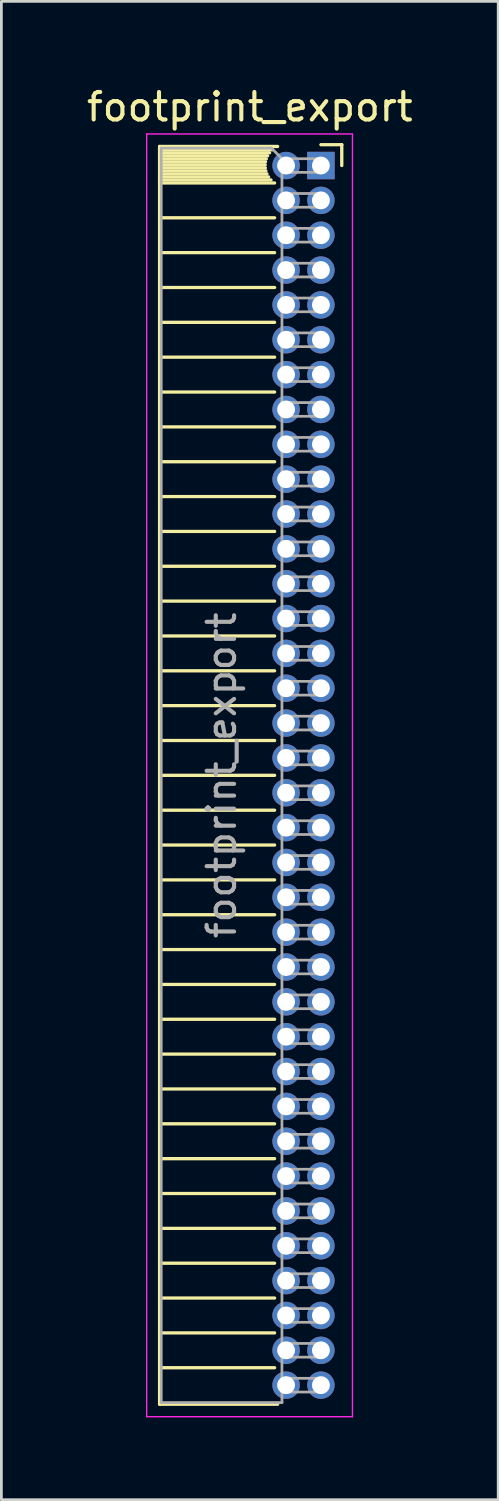
<source format=kicad_pcb>
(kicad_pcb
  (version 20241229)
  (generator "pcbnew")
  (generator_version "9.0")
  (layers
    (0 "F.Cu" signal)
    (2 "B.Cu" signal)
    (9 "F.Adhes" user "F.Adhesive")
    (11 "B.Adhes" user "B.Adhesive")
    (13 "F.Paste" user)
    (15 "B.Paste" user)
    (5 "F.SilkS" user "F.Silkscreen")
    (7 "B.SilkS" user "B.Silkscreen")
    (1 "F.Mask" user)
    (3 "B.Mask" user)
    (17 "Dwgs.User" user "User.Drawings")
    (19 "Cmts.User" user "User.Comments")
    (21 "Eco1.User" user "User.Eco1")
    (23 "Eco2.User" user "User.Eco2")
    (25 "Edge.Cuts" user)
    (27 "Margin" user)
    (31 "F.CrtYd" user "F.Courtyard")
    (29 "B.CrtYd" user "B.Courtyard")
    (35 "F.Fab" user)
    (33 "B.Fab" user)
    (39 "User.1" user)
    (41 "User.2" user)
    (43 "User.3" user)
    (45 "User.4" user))
  (footprint "footprint_export"
    (layer "F.Cu")
    (at 8.646 2.983)
    (property "Reference" "footprint_export" (at -2.592 -2.135 0) (layer "F.SilkS") (effects (font (size 1 1) (thickness 0.15))))
    (attr through_hole)
    (fp_line (start -5.88 -0.695) (end -5.88 45.145) (stroke (width 0.12) (type solid)) (layer "F.SilkS"))
    (fp_line (start -5.88 -0.695) (end -1.578 -0.695) (stroke (width 0.12) (type solid)) (layer "F.SilkS"))
    (fp_line (start -5.88 -0.575) (end -1.767 -0.575) (stroke (width 0.12) (type solid)) (layer "F.SilkS"))
    (fp_line (start -5.88 -0.465) (end -1.871 -0.465) (stroke (width 0.12) (type solid)) (layer "F.SilkS"))
    (fp_line (start -5.88 -0.355) (end -1.942 -0.355) (stroke (width 0.12) (type solid)) (layer "F.SilkS"))
    (fp_line (start -5.88 -0.245) (end -1.989 -0.245) (stroke (width 0.12) (type solid)) (layer "F.SilkS"))
    (fp_line (start -5.88 -0.135) (end -2.018 -0.135) (stroke (width 0.12) (type solid)) (layer "F.SilkS"))
    (fp_line (start -5.88 -0.025) (end -2.03 -0.025) (stroke (width 0.12) (type solid)) (layer "F.SilkS"))
    (fp_line (start -5.88 0.085) (end -2.025 0.085) (stroke (width 0.12) (type solid)) (layer "F.SilkS"))
    (fp_line (start -5.88 0.195) (end -2.005 0.195) (stroke (width 0.12) (type solid)) (layer "F.SilkS"))
    (fp_line (start -5.88 0.305) (end -1.966 0.305) (stroke (width 0.12) (type solid)) (layer "F.SilkS"))
    (fp_line (start -5.88 0.415) (end -1.907 0.415) (stroke (width 0.12) (type solid)) (layer "F.SilkS"))
    (fp_line (start -5.88 0.525) (end -1.82 0.525) (stroke (width 0.12) (type solid)) (layer "F.SilkS"))
    (fp_line (start -5.88 0.635) (end -1.688 0.635) (stroke (width 0.12) (type solid)) (layer "F.SilkS"))
    (fp_line (start -5.88 1.905) (end -1.688 1.905) (stroke (width 0.12) (type solid)) (layer "F.SilkS"))
    (fp_line (start -5.88 3.175) (end -1.688 3.175) (stroke (width 0.12) (type solid)) (layer "F.SilkS"))
    (fp_line (start -5.88 4.445) (end -1.688 4.445) (stroke (width 0.12) (type solid)) (layer "F.SilkS"))
    (fp_line (start -5.88 5.715) (end -1.688 5.715) (stroke (width 0.12) (type solid)) (layer "F.SilkS"))
    (fp_line (start -5.88 6.985) (end -1.688 6.985) (stroke (width 0.12) (type solid)) (layer "F.SilkS"))
    (fp_line (start -5.88 8.255) (end -1.688 8.255) (stroke (width 0.12) (type solid)) (layer "F.SilkS"))
    (fp_line (start -5.88 9.525) (end -1.688 9.525) (stroke (width 0.12) (type solid)) (layer "F.SilkS"))
    (fp_line (start -5.88 10.795) (end -1.688 10.795) (stroke (width 0.12) (type solid)) (layer "F.SilkS"))
    (fp_line (start -5.88 12.065) (end -1.688 12.065) (stroke (width 0.12) (type solid)) (layer "F.SilkS"))
    (fp_line (start -5.88 13.335) (end -1.688 13.335) (stroke (width 0.12) (type solid)) (layer "F.SilkS"))
    (fp_line (start -5.88 14.605) (end -1.688 14.605) (stroke (width 0.12) (type solid)) (layer "F.SilkS"))
    (fp_line (start -5.88 15.875) (end -1.688 15.875) (stroke (width 0.12) (type solid)) (layer "F.SilkS"))
    (fp_line (start -5.88 17.145) (end -1.688 17.145) (stroke (width 0.12) (type solid)) (layer "F.SilkS"))
    (fp_line (start -5.88 18.415) (end -1.688 18.415) (stroke (width 0.12) (type solid)) (layer "F.SilkS"))
    (fp_line (start -5.88 19.685) (end -1.688 19.685) (stroke (width 0.12) (type solid)) (layer "F.SilkS"))
    (fp_line (start -5.88 20.955) (end -1.688 20.955) (stroke (width 0.12) (type solid)) (layer "F.SilkS"))
    (fp_line (start -5.88 22.225) (end -1.688 22.225) (stroke (width 0.12) (type solid)) (layer "F.SilkS"))
    (fp_line (start -5.88 23.495) (end -1.688 23.495) (stroke (width 0.12) (type solid)) (layer "F.SilkS"))
    (fp_line (start -5.88 24.765) (end -1.688 24.765) (stroke (width 0.12) (type solid)) (layer "F.SilkS"))
    (fp_line (start -5.88 26.035) (end -1.688 26.035) (stroke (width 0.12) (type solid)) (layer "F.SilkS"))
    (fp_line (start -5.88 27.305) (end -1.688 27.305) (stroke (width 0.12) (type solid)) (layer "F.SilkS"))
    (fp_line (start -5.88 28.575) (end -1.688 28.575) (stroke (width 0.12) (type solid)) (layer "F.SilkS"))
    (fp_line (start -5.88 29.845) (end -1.688 29.845) (stroke (width 0.12) (type solid)) (layer "F.SilkS"))
    (fp_line (start -5.88 31.115) (end -1.688 31.115) (stroke (width 0.12) (type solid)) (layer "F.SilkS"))
    (fp_line (start -5.88 32.385) (end -1.688 32.385) (stroke (width 0.12) (type solid)) (layer "F.SilkS"))
    (fp_line (start -5.88 33.655) (end -1.688 33.655) (stroke (width 0.12) (type solid)) (layer "F.SilkS"))
    (fp_line (start -5.88 34.925) (end -1.688 34.925) (stroke (width 0.12) (type solid)) (layer "F.SilkS"))
    (fp_line (start -5.88 36.195) (end -1.688 36.195) (stroke (width 0.12) (type solid)) (layer "F.SilkS"))
    (fp_line (start -5.88 37.465) (end -1.688 37.465) (stroke (width 0.12) (type solid)) (layer "F.SilkS"))
    (fp_line (start -5.88 38.735) (end -1.688 38.735) (stroke (width 0.12) (type solid)) (layer "F.SilkS"))
    (fp_line (start -5.88 40.005) (end -1.688 40.005) (stroke (width 0.12) (type solid)) (layer "F.SilkS"))
    (fp_line (start -5.88 41.275) (end -1.688 41.275) (stroke (width 0.12) (type solid)) (layer "F.SilkS"))
    (fp_line (start -5.88 42.545) (end -1.688 42.545) (stroke (width 0.12) (type solid)) (layer "F.SilkS"))
    (fp_line (start -5.88 43.815) (end -1.688 43.815) (stroke (width 0.12) (type solid)) (layer "F.SilkS"))
    (fp_line (start -5.88 45.145) (end -1.578 45.145) (stroke (width 0.12) (type solid)) (layer "F.SilkS"))
    (fp_line (start 0 -0.76) (end 0.76 -0.76) (stroke (width 0.12) (type solid)) (layer "F.SilkS"))
    (fp_line (start 0.76 -0.76) (end 0.76 0) (stroke (width 0.12) (type solid)) (layer "F.SilkS"))
    (fp_line (start -6.35 -1.15) (end -6.35 45.6) (stroke (width 0.05) (type solid)) (layer "F.CrtYd"))
    (fp_line (start -6.35 45.6) (end 1.15 45.6) (stroke (width 0.05) (type solid)) (layer "F.CrtYd"))
    (fp_line (start 1.15 -1.15) (end -6.35 -1.15) (stroke (width 0.05) (type solid)) (layer "F.CrtYd"))
    (fp_line (start 1.15 45.6) (end 1.15 -1.15) (stroke (width 0.05) (type solid)) (layer "F.CrtYd"))
    (fp_line (start -5.82 -0.635) (end -1.805 -0.635) (stroke (width 0.1) (type solid)) (layer "F.Fab"))
    (fp_line (start -5.82 45.085) (end -5.82 -0.635) (stroke (width 0.1) (type solid)) (layer "F.Fab"))
    (fp_line (start -1.805 -0.635) (end -1.42 -0.25) (stroke (width 0.1) (type solid)) (layer "F.Fab"))
    (fp_line (start -1.42 -0.25) (end -1.42 45.085) (stroke (width 0.1) (type solid)) (layer "F.Fab"))
    (fp_line (start -1.42 0.25) (end 0 0.25) (stroke (width 0.1) (type solid)) (layer "F.Fab"))
    (fp_line (start -1.42 1.52) (end 0 1.52) (stroke (width 0.1) (type solid)) (layer "F.Fab"))
    (fp_line (start -1.42 2.79) (end 0 2.79) (stroke (width 0.1) (type solid)) (layer "F.Fab"))
    (fp_line (start -1.42 4.06) (end 0 4.06) (stroke (width 0.1) (type solid)) (layer "F.Fab"))
    (fp_line (start -1.42 5.33) (end 0 5.33) (stroke (width 0.1) (type solid)) (layer "F.Fab"))
    (fp_line (start -1.42 6.6) (end 0 6.6) (stroke (width 0.1) (type solid)) (layer "F.Fab"))
    (fp_line (start -1.42 7.87) (end 0 7.87) (stroke (width 0.1) (type solid)) (layer "F.Fab"))
    (fp_line (start -1.42 9.14) (end 0 9.14) (stroke (width 0.1) (type solid)) (layer "F.Fab"))
    (fp_line (start -1.42 10.41) (end 0 10.41) (stroke (width 0.1) (type solid)) (layer "F.Fab"))
    (fp_line (start -1.42 11.68) (end 0 11.68) (stroke (width 0.1) (type solid)) (layer "F.Fab"))
    (fp_line (start -1.42 12.95) (end 0 12.95) (stroke (width 0.1) (type solid)) (layer "F.Fab"))
    (fp_line (start -1.42 14.22) (end 0 14.22) (stroke (width 0.1) (type solid)) (layer "F.Fab"))
    (fp_line (start -1.42 15.49) (end 0 15.49) (stroke (width 0.1) (type solid)) (layer "F.Fab"))
    (fp_line (start -1.42 16.76) (end 0 16.76) (stroke (width 0.1) (type solid)) (layer "F.Fab"))
    (fp_line (start -1.42 18.03) (end 0 18.03) (stroke (width 0.1) (type solid)) (layer "F.Fab"))
    (fp_line (start -1.42 19.3) (end 0 19.3) (stroke (width 0.1) (type solid)) (layer "F.Fab"))
    (fp_line (start -1.42 20.57) (end 0 20.57) (stroke (width 0.1) (type solid)) (layer "F.Fab"))
    (fp_line (start -1.42 21.84) (end 0 21.84) (stroke (width 0.1) (type solid)) (layer "F.Fab"))
    (fp_line (start -1.42 23.11) (end 0 23.11) (stroke (width 0.1) (type solid)) (layer "F.Fab"))
    (fp_line (start -1.42 24.38) (end 0 24.38) (stroke (width 0.1) (type solid)) (layer "F.Fab"))
    (fp_line (start -1.42 25.65) (end 0 25.65) (stroke (width 0.1) (type solid)) (layer "F.Fab"))
    (fp_line (start -1.42 26.92) (end 0 26.92) (stroke (width 0.1) (type solid)) (layer "F.Fab"))
    (fp_line (start -1.42 28.19) (end 0 28.19) (stroke (width 0.1) (type solid)) (layer "F.Fab"))
    (fp_line (start -1.42 29.46) (end 0 29.46) (stroke (width 0.1) (type solid)) (layer "F.Fab"))
    (fp_line (start -1.42 30.73) (end 0 30.73) (stroke (width 0.1) (type solid)) (layer "F.Fab"))
    (fp_line (start -1.42 32) (end 0 32) (stroke (width 0.1) (type solid)) (layer "F.Fab"))
    (fp_line (start -1.42 33.27) (end 0 33.27) (stroke (width 0.1) (type solid)) (layer "F.Fab"))
    (fp_line (start -1.42 34.54) (end 0 34.54) (stroke (width 0.1) (type solid)) (layer "F.Fab"))
    (fp_line (start -1.42 35.81) (end 0 35.81) (stroke (width 0.1) (type solid)) (layer "F.Fab"))
    (fp_line (start -1.42 37.08) (end 0 37.08) (stroke (width 0.1) (type solid)) (layer "F.Fab"))
    (fp_line (start -1.42 38.35) (end 0 38.35) (stroke (width 0.1) (type solid)) (layer "F.Fab"))
    (fp_line (start -1.42 39.62) (end 0 39.62) (stroke (width 0.1) (type solid)) (layer "F.Fab"))
    (fp_line (start -1.42 40.89) (end 0 40.89) (stroke (width 0.1) (type solid)) (layer "F.Fab"))
    (fp_line (start -1.42 42.16) (end 0 42.16) (stroke (width 0.1) (type solid)) (layer "F.Fab"))
    (fp_line (start -1.42 43.43) (end 0 43.43) (stroke (width 0.1) (type solid)) (layer "F.Fab"))
    (fp_line (start -1.42 44.7) (end 0 44.7) (stroke (width 0.1) (type solid)) (layer "F.Fab"))
    (fp_line (start -1.42 45.085) (end -5.82 45.085) (stroke (width 0.1) (type solid)) (layer "F.Fab"))
    (fp_line (start 0 -0.25) (end -1.42 -0.25) (stroke (width 0.1) (type solid)) (layer "F.Fab"))
    (fp_line (start 0 0.25) (end 0 -0.25) (stroke (width 0.1) (type solid)) (layer "F.Fab"))
    (fp_line (start 0 1.02) (end -1.42 1.02) (stroke (width 0.1) (type solid)) (layer "F.Fab"))
    (fp_line (start 0 1.52) (end 0 1.02) (stroke (width 0.1) (type solid)) (layer "F.Fab"))
    (fp_line (start 0 2.29) (end -1.42 2.29) (stroke (width 0.1) (type solid)) (layer "F.Fab"))
    (fp_line (start 0 2.79) (end 0 2.29) (stroke (width 0.1) (type solid)) (layer "F.Fab"))
    (fp_line (start 0 3.56) (end -1.42 3.56) (stroke (width 0.1) (type solid)) (layer "F.Fab"))
    (fp_line (start 0 4.06) (end 0 3.56) (stroke (width 0.1) (type solid)) (layer "F.Fab"))
    (fp_line (start 0 4.83) (end -1.42 4.83) (stroke (width 0.1) (type solid)) (layer "F.Fab"))
    (fp_line (start 0 5.33) (end 0 4.83) (stroke (width 0.1) (type solid)) (layer "F.Fab"))
    (fp_line (start 0 6.1) (end -1.42 6.1) (stroke (width 0.1) (type solid)) (layer "F.Fab"))
    (fp_line (start 0 6.6) (end 0 6.1) (stroke (width 0.1) (type solid)) (layer "F.Fab"))
    (fp_line (start 0 7.37) (end -1.42 7.37) (stroke (width 0.1) (type solid)) (layer "F.Fab"))
    (fp_line (start 0 7.87) (end 0 7.37) (stroke (width 0.1) (type solid)) (layer "F.Fab"))
    (fp_line (start 0 8.64) (end -1.42 8.64) (stroke (width 0.1) (type solid)) (layer "F.Fab"))
    (fp_line (start 0 9.14) (end 0 8.64) (stroke (width 0.1) (type solid)) (layer "F.Fab"))
    (fp_line (start 0 9.91) (end -1.42 9.91) (stroke (width 0.1) (type solid)) (layer "F.Fab"))
    (fp_line (start 0 10.41) (end 0 9.91) (stroke (width 0.1) (type solid)) (layer "F.Fab"))
    (fp_line (start 0 11.18) (end -1.42 11.18) (stroke (width 0.1) (type solid)) (layer "F.Fab"))
    (fp_line (start 0 11.68) (end 0 11.18) (stroke (width 0.1) (type solid)) (layer "F.Fab"))
    (fp_line (start 0 12.45) (end -1.42 12.45) (stroke (width 0.1) (type solid)) (layer "F.Fab"))
    (fp_line (start 0 12.95) (end 0 12.45) (stroke (width 0.1) (type solid)) (layer "F.Fab"))
    (fp_line (start 0 13.72) (end -1.42 13.72) (stroke (width 0.1) (type solid)) (layer "F.Fab"))
    (fp_line (start 0 14.22) (end 0 13.72) (stroke (width 0.1) (type solid)) (layer "F.Fab"))
    (fp_line (start 0 14.99) (end -1.42 14.99) (stroke (width 0.1) (type solid)) (layer "F.Fab"))
    (fp_line (start 0 15.49) (end 0 14.99) (stroke (width 0.1) (type solid)) (layer "F.Fab"))
    (fp_line (start 0 16.26) (end -1.42 16.26) (stroke (width 0.1) (type solid)) (layer "F.Fab"))
    (fp_line (start 0 16.76) (end 0 16.26) (stroke (width 0.1) (type solid)) (layer "F.Fab"))
    (fp_line (start 0 17.53) (end -1.42 17.53) (stroke (width 0.1) (type solid)) (layer "F.Fab"))
    (fp_line (start 0 18.03) (end 0 17.53) (stroke (width 0.1) (type solid)) (layer "F.Fab"))
    (fp_line (start 0 18.8) (end -1.42 18.8) (stroke (width 0.1) (type solid)) (layer "F.Fab"))
    (fp_line (start 0 19.3) (end 0 18.8) (stroke (width 0.1) (type solid)) (layer "F.Fab"))
    (fp_line (start 0 20.07) (end -1.42 20.07) (stroke (width 0.1) (type solid)) (layer "F.Fab"))
    (fp_line (start 0 20.57) (end 0 20.07) (stroke (width 0.1) (type solid)) (layer "F.Fab"))
    (fp_line (start 0 21.34) (end -1.42 21.34) (stroke (width 0.1) (type solid)) (layer "F.Fab"))
    (fp_line (start 0 21.84) (end 0 21.34) (stroke (width 0.1) (type solid)) (layer "F.Fab"))
    (fp_line (start 0 22.61) (end -1.42 22.61) (stroke (width 0.1) (type solid)) (layer "F.Fab"))
    (fp_line (start 0 23.11) (end 0 22.61) (stroke (width 0.1) (type solid)) (layer "F.Fab"))
    (fp_line (start 0 23.88) (end -1.42 23.88) (stroke (width 0.1) (type solid)) (layer "F.Fab"))
    (fp_line (start 0 24.38) (end 0 23.88) (stroke (width 0.1) (type solid)) (layer "F.Fab"))
    (fp_line (start 0 25.15) (end -1.42 25.15) (stroke (width 0.1) (type solid)) (layer "F.Fab"))
    (fp_line (start 0 25.65) (end 0 25.15) (stroke (width 0.1) (type solid)) (layer "F.Fab"))
    (fp_line (start 0 26.42) (end -1.42 26.42) (stroke (width 0.1) (type solid)) (layer "F.Fab"))
    (fp_line (start 0 26.92) (end 0 26.42) (stroke (width 0.1) (type solid)) (layer "F.Fab"))
    (fp_line (start 0 27.69) (end -1.42 27.69) (stroke (width 0.1) (type solid)) (layer "F.Fab"))
    (fp_line (start 0 28.19) (end 0 27.69) (stroke (width 0.1) (type solid)) (layer "F.Fab"))
    (fp_line (start 0 28.96) (end -1.42 28.96) (stroke (width 0.1) (type solid)) (layer "F.Fab"))
    (fp_line (start 0 29.46) (end 0 28.96) (stroke (width 0.1) (type solid)) (layer "F.Fab"))
    (fp_line (start 0 30.23) (end -1.42 30.23) (stroke (width 0.1) (type solid)) (layer "F.Fab"))
    (fp_line (start 0 30.73) (end 0 30.23) (stroke (width 0.1) (type solid)) (layer "F.Fab"))
    (fp_line (start 0 31.5) (end -1.42 31.5) (stroke (width 0.1) (type solid)) (layer "F.Fab"))
    (fp_line (start 0 32) (end 0 31.5) (stroke (width 0.1) (type solid)) (layer "F.Fab"))
    (fp_line (start 0 32.77) (end -1.42 32.77) (stroke (width 0.1) (type solid)) (layer "F.Fab"))
    (fp_line (start 0 33.27) (end 0 32.77) (stroke (width 0.1) (type solid)) (layer "F.Fab"))
    (fp_line (start 0 34.04) (end -1.42 34.04) (stroke (width 0.1) (type solid)) (layer "F.Fab"))
    (fp_line (start 0 34.54) (end 0 34.04) (stroke (width 0.1) (type solid)) (layer "F.Fab"))
    (fp_line (start 0 35.31) (end -1.42 35.31) (stroke (width 0.1) (type solid)) (layer "F.Fab"))
    (fp_line (start 0 35.81) (end 0 35.31) (stroke (width 0.1) (type solid)) (layer "F.Fab"))
    (fp_line (start 0 36.58) (end -1.42 36.58) (stroke (width 0.1) (type solid)) (layer "F.Fab"))
    (fp_line (start 0 37.08) (end 0 36.58) (stroke (width 0.1) (type solid)) (layer "F.Fab"))
    (fp_line (start 0 37.85) (end -1.42 37.85) (stroke (width 0.1) (type solid)) (layer "F.Fab"))
    (fp_line (start 0 38.35) (end 0 37.85) (stroke (width 0.1) (type solid)) (layer "F.Fab"))
    (fp_line (start 0 39.12) (end -1.42 39.12) (stroke (width 0.1) (type solid)) (layer "F.Fab"))
    (fp_line (start 0 39.62) (end 0 39.12) (stroke (width 0.1) (type solid)) (layer "F.Fab"))
    (fp_line (start 0 40.39) (end -1.42 40.39) (stroke (width 0.1) (type solid)) (layer "F.Fab"))
    (fp_line (start 0 40.89) (end 0 40.39) (stroke (width 0.1) (type solid)) (layer "F.Fab"))
    (fp_line (start 0 41.66) (end -1.42 41.66) (stroke (width 0.1) (type solid)) (layer "F.Fab"))
    (fp_line (start 0 42.16) (end 0 41.66) (stroke (width 0.1) (type solid)) (layer "F.Fab"))
    (fp_line (start 0 42.93) (end -1.42 42.93) (stroke (width 0.1) (type solid)) (layer "F.Fab"))
    (fp_line (start 0 43.43) (end 0 42.93) (stroke (width 0.1) (type solid)) (layer "F.Fab"))
    (fp_line (start 0 44.2) (end -1.42 44.2) (stroke (width 0.1) (type solid)) (layer "F.Fab"))
    (fp_line (start 0 44.7) (end 0 44.2) (stroke (width 0.1) (type solid)) (layer "F.Fab"))
    (fp_text user "${REFERENCE}" (at -3.62 22.225 90) (layer "F.Fab") (effects (font (size 1 1) (thickness 0.15))))
    (pad "1" thru_hole rect (at 0 0) (size 1 1) (drill 0.65) (layers "*.Cu" "*.Mask"))
    (pad "2" thru_hole oval (at -1.27 0) (size 1 1) (drill 0.65) (layers "*.Cu" "*.Mask"))
    (pad "3" thru_hole oval (at 0 1.27) (size 1 1) (drill 0.65) (layers "*.Cu" "*.Mask"))
    (pad "4" thru_hole oval (at -1.27 1.27) (size 1 1) (drill 0.65) (layers "*.Cu" "*.Mask"))
    (pad "5" thru_hole oval (at 0 2.54) (size 1 1) (drill 0.65) (layers "*.Cu" "*.Mask"))
    (pad "6" thru_hole oval (at -1.27 2.54) (size 1 1) (drill 0.65) (layers "*.Cu" "*.Mask"))
    (pad "7" thru_hole oval (at 0 3.81) (size 1 1) (drill 0.65) (layers "*.Cu" "*.Mask"))
    (pad "8" thru_hole oval (at -1.27 3.81) (size 1 1) (drill 0.65) (layers "*.Cu" "*.Mask"))
    (pad "9" thru_hole oval (at 0 5.08) (size 1 1) (drill 0.65) (layers "*.Cu" "*.Mask"))
    (pad "10" thru_hole oval (at -1.27 5.08) (size 1 1) (drill 0.65) (layers "*.Cu" "*.Mask"))
    (pad "11" thru_hole oval (at 0 6.35) (size 1 1) (drill 0.65) (layers "*.Cu" "*.Mask"))
    (pad "12" thru_hole oval (at -1.27 6.35) (size 1 1) (drill 0.65) (layers "*.Cu" "*.Mask"))
    (pad "13" thru_hole oval (at 0 7.62) (size 1 1) (drill 0.65) (layers "*.Cu" "*.Mask"))
    (pad "14" thru_hole oval (at -1.27 7.62) (size 1 1) (drill 0.65) (layers "*.Cu" "*.Mask"))
    (pad "15" thru_hole oval (at 0 8.89) (size 1 1) (drill 0.65) (layers "*.Cu" "*.Mask"))
    (pad "16" thru_hole oval (at -1.27 8.89) (size 1 1) (drill 0.65) (layers "*.Cu" "*.Mask"))
    (pad "17" thru_hole oval (at 0 10.16) (size 1 1) (drill 0.65) (layers "*.Cu" "*.Mask"))
    (pad "18" thru_hole oval (at -1.27 10.16) (size 1 1) (drill 0.65) (layers "*.Cu" "*.Mask"))
    (pad "19" thru_hole oval (at 0 11.43) (size 1 1) (drill 0.65) (layers "*.Cu" "*.Mask"))
    (pad "20" thru_hole oval (at -1.27 11.43) (size 1 1) (drill 0.65) (layers "*.Cu" "*.Mask"))
    (pad "21" thru_hole oval (at 0 12.7) (size 1 1) (drill 0.65) (layers "*.Cu" "*.Mask"))
    (pad "22" thru_hole oval (at -1.27 12.7) (size 1 1) (drill 0.65) (layers "*.Cu" "*.Mask"))
    (pad "23" thru_hole oval (at 0 13.97) (size 1 1) (drill 0.65) (layers "*.Cu" "*.Mask"))
    (pad "24" thru_hole oval (at -1.27 13.97) (size 1 1) (drill 0.65) (layers "*.Cu" "*.Mask"))
    (pad "25" thru_hole oval (at 0 15.24) (size 1 1) (drill 0.65) (layers "*.Cu" "*.Mask"))
    (pad "26" thru_hole oval (at -1.27 15.24) (size 1 1) (drill 0.65) (layers "*.Cu" "*.Mask"))
    (pad "27" thru_hole oval (at 0 16.51) (size 1 1) (drill 0.65) (layers "*.Cu" "*.Mask"))
    (pad "28" thru_hole oval (at -1.27 16.51) (size 1 1) (drill 0.65) (layers "*.Cu" "*.Mask"))
    (pad "29" thru_hole oval (at 0 17.78) (size 1 1) (drill 0.65) (layers "*.Cu" "*.Mask"))
    (pad "30" thru_hole oval (at -1.27 17.78) (size 1 1) (drill 0.65) (layers "*.Cu" "*.Mask"))
    (pad "31" thru_hole oval (at 0 19.05) (size 1 1) (drill 0.65) (layers "*.Cu" "*.Mask"))
    (pad "32" thru_hole oval (at -1.27 19.05) (size 1 1) (drill 0.65) (layers "*.Cu" "*.Mask"))
    (pad "33" thru_hole oval (at 0 20.32) (size 1 1) (drill 0.65) (layers "*.Cu" "*.Mask"))
    (pad "34" thru_hole oval (at -1.27 20.32) (size 1 1) (drill 0.65) (layers "*.Cu" "*.Mask"))
    (pad "35" thru_hole oval (at 0 21.59) (size 1 1) (drill 0.65) (layers "*.Cu" "*.Mask"))
    (pad "36" thru_hole oval (at -1.27 21.59) (size 1 1) (drill 0.65) (layers "*.Cu" "*.Mask"))
    (pad "37" thru_hole oval (at 0 22.86) (size 1 1) (drill 0.65) (layers "*.Cu" "*.Mask"))
    (pad "38" thru_hole oval (at -1.27 22.86) (size 1 1) (drill 0.65) (layers "*.Cu" "*.Mask"))
    (pad "39" thru_hole oval (at 0 24.13) (size 1 1) (drill 0.65) (layers "*.Cu" "*.Mask"))
    (pad "40" thru_hole oval (at -1.27 24.13) (size 1 1) (drill 0.65) (layers "*.Cu" "*.Mask"))
    (pad "41" thru_hole oval (at 0 25.4) (size 1 1) (drill 0.65) (layers "*.Cu" "*.Mask"))
    (pad "42" thru_hole oval (at -1.27 25.4) (size 1 1) (drill 0.65) (layers "*.Cu" "*.Mask"))
    (pad "43" thru_hole oval (at 0 26.67) (size 1 1) (drill 0.65) (layers "*.Cu" "*.Mask"))
    (pad "44" thru_hole oval (at -1.27 26.67) (size 1 1) (drill 0.65) (layers "*.Cu" "*.Mask"))
    (pad "45" thru_hole oval (at 0 27.94) (size 1 1) (drill 0.65) (layers "*.Cu" "*.Mask"))
    (pad "46" thru_hole oval (at -1.27 27.94) (size 1 1) (drill 0.65) (layers "*.Cu" "*.Mask"))
    (pad "47" thru_hole oval (at 0 29.21) (size 1 1) (drill 0.65) (layers "*.Cu" "*.Mask"))
    (pad "48" thru_hole oval (at -1.27 29.21) (size 1 1) (drill 0.65) (layers "*.Cu" "*.Mask"))
    (pad "49" thru_hole oval (at 0 30.48) (size 1 1) (drill 0.65) (layers "*.Cu" "*.Mask"))
    (pad "50" thru_hole oval (at -1.27 30.48) (size 1 1) (drill 0.65) (layers "*.Cu" "*.Mask"))
    (pad "51" thru_hole oval (at 0 31.75) (size 1 1) (drill 0.65) (layers "*.Cu" "*.Mask"))
    (pad "52" thru_hole oval (at -1.27 31.75) (size 1 1) (drill 0.65) (layers "*.Cu" "*.Mask"))
    (pad "53" thru_hole oval (at 0 33.02) (size 1 1) (drill 0.65) (layers "*.Cu" "*.Mask"))
    (pad "54" thru_hole oval (at -1.27 33.02) (size 1 1) (drill 0.65) (layers "*.Cu" "*.Mask"))
    (pad "55" thru_hole oval (at 0 34.29) (size 1 1) (drill 0.65) (layers "*.Cu" "*.Mask"))
    (pad "56" thru_hole oval (at -1.27 34.29) (size 1 1) (drill 0.65) (layers "*.Cu" "*.Mask"))
    (pad "57" thru_hole oval (at 0 35.56) (size 1 1) (drill 0.65) (layers "*.Cu" "*.Mask"))
    (pad "58" thru_hole oval (at -1.27 35.56) (size 1 1) (drill 0.65) (layers "*.Cu" "*.Mask"))
    (pad "59" thru_hole oval (at 0 36.83) (size 1 1) (drill 0.65) (layers "*.Cu" "*.Mask"))
    (pad "60" thru_hole oval (at -1.27 36.83) (size 1 1) (drill 0.65) (layers "*.Cu" "*.Mask"))
    (pad "61" thru_hole oval (at 0 38.1) (size 1 1) (drill 0.65) (layers "*.Cu" "*.Mask"))
    (pad "62" thru_hole oval (at -1.27 38.1) (size 1 1) (drill 0.65) (layers "*.Cu" "*.Mask"))
    (pad "63" thru_hole oval (at 0 39.37) (size 1 1) (drill 0.65) (layers "*.Cu" "*.Mask"))
    (pad "64" thru_hole oval (at -1.27 39.37) (size 1 1) (drill 0.65) (layers "*.Cu" "*.Mask"))
    (pad "65" thru_hole oval (at 0 40.64) (size 1 1) (drill 0.65) (layers "*.Cu" "*.Mask"))
    (pad "66" thru_hole oval (at -1.27 40.64) (size 1 1) (drill 0.65) (layers "*.Cu" "*.Mask"))
    (pad "67" thru_hole oval (at 0 41.91) (size 1 1) (drill 0.65) (layers "*.Cu" "*.Mask"))
    (pad "68" thru_hole oval (at -1.27 41.91) (size 1 1) (drill 0.65) (layers "*.Cu" "*.Mask"))
    (pad "69" thru_hole oval (at 0 43.18) (size 1 1) (drill 0.65) (layers "*.Cu" "*.Mask"))
    (pad "70" thru_hole oval (at -1.27 43.18) (size 1 1) (drill 0.65) (layers "*.Cu" "*.Mask"))
    (pad "71" thru_hole oval (at 0 44.45) (size 1 1) (drill 0.65) (layers "*.Cu" "*.Mask"))
    (pad "72" thru_hole oval (at -1.27 44.45) (size 1 1) (drill 0.65) (layers "*.Cu" "*.Mask")))
  (gr_rect
    (start -3 -3)
    (end 15.107 51.608)
    (stroke (width 0.1) (type default))
    (fill no)
    (layer "Edge.Cuts")))
</source>
